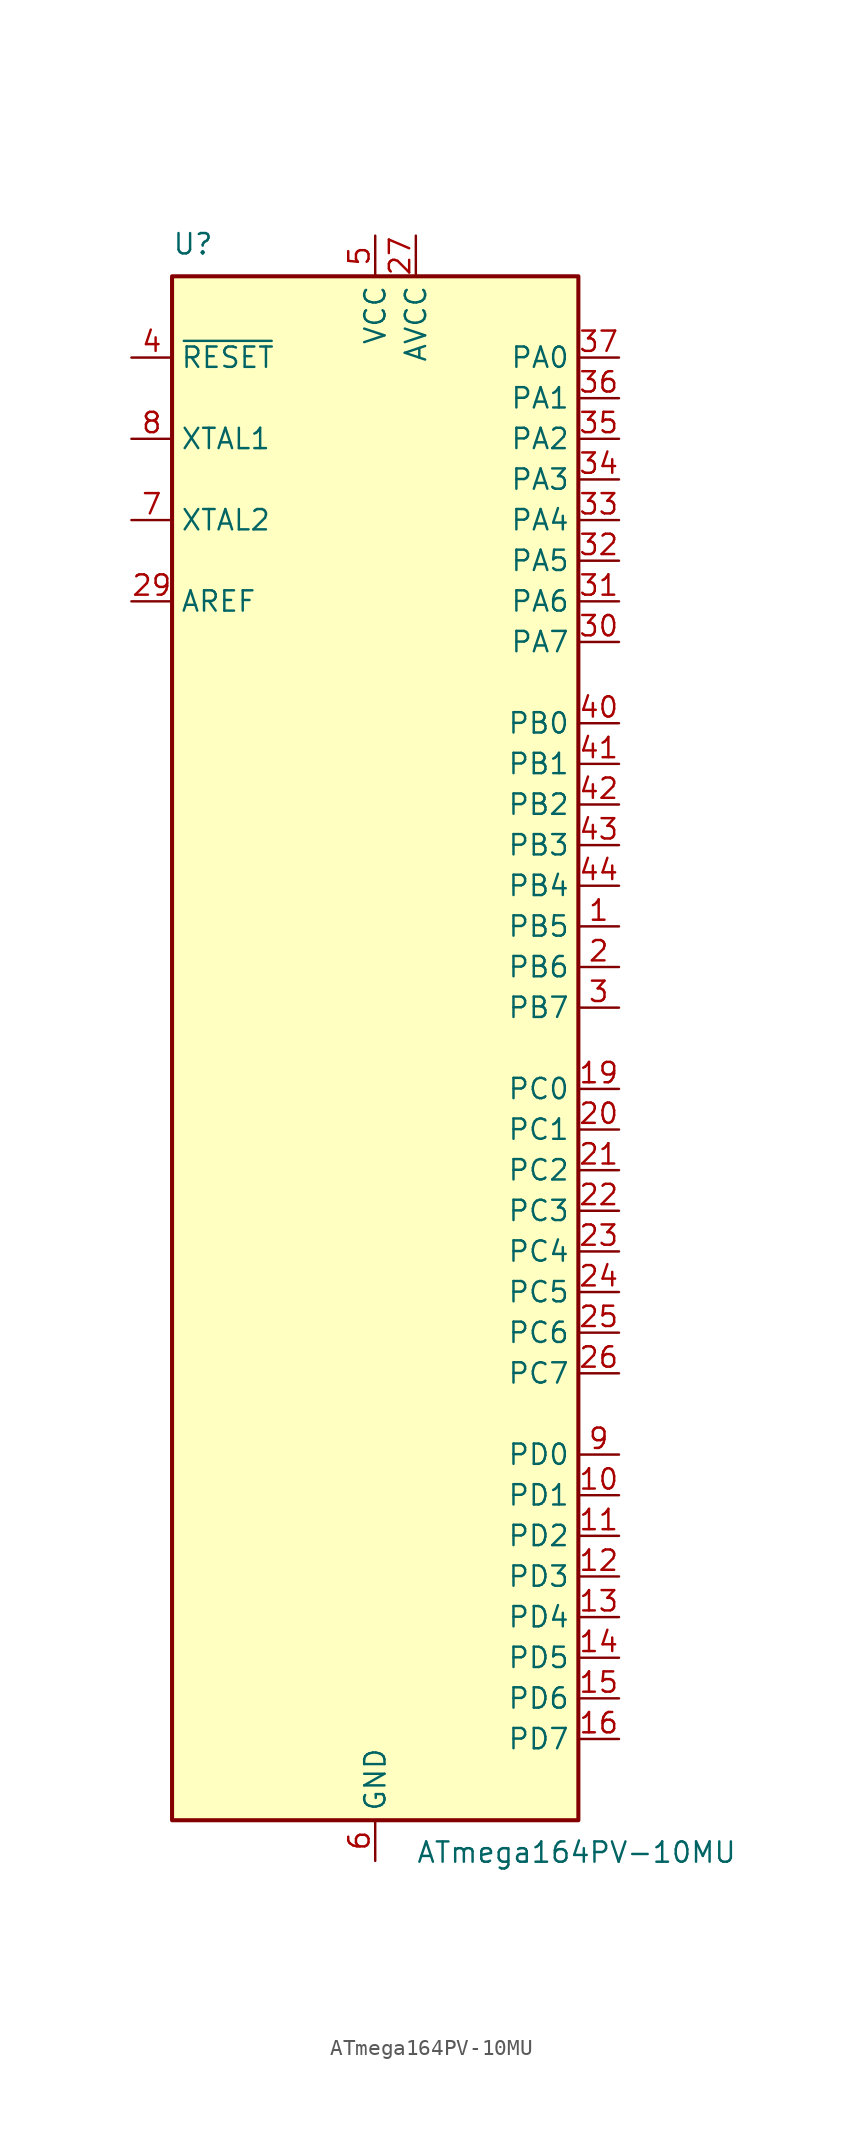
<source format=kicad_sym>
(kicad_symbol_lib
  (version 20201005)
  (generator kicad_symbol_editor)
  (symbol "ATmega164PV-10MU"
    (property "Reference" "U"
      (at -12.7 49.53 0)
      (effects (font (size 1.27 1.27)) (justify left bottom)))
    (property "Value" "ATmega164PV-10MU"
      (at 2.54 -49.53 0)
      (effects (font (size 1.27 1.27)) (justify left top)))
    (symbol "ATmega164PV-10MU_0_1"
      (rectangle (start -12.7 -48.26) (end 12.7 48.26) (stroke (width 0.254)) (fill (type background))))
    (symbol "ATmega164PV-10MU_1_1"
      (pin tri_state line (at 15.24 7.62 180) (length 2.54) (name "PB5" (effects (font (size 1.27 1.27)))) (number "1" (effects (font (size 1.27 1.27)))))
      (pin tri_state line (at 15.24 -27.94 180) (length 2.54) (name "PD1" (effects (font (size 1.27 1.27)))) (number "10" (effects (font (size 1.27 1.27)))))
      (pin tri_state line (at 15.24 -30.48 180) (length 2.54) (name "PD2" (effects (font (size 1.27 1.27)))) (number "11" (effects (font (size 1.27 1.27)))))
      (pin tri_state line (at 15.24 -33.02 180) (length 2.54) (name "PD3" (effects (font (size 1.27 1.27)))) (number "12" (effects (font (size 1.27 1.27)))))
      (pin tri_state line (at 15.24 -35.56 180) (length 2.54) (name "PD4" (effects (font (size 1.27 1.27)))) (number "13" (effects (font (size 1.27 1.27)))))
      (pin tri_state line (at 15.24 -38.1 180) (length 2.54) (name "PD5" (effects (font (size 1.27 1.27)))) (number "14" (effects (font (size 1.27 1.27)))))
      (pin tri_state line (at 15.24 -40.64 180) (length 2.54) (name "PD6" (effects (font (size 1.27 1.27)))) (number "15" (effects (font (size 1.27 1.27)))))
      (pin tri_state line (at 15.24 -43.18 180) (length 2.54) (name "PD7" (effects (font (size 1.27 1.27)))) (number "16" (effects (font (size 1.27 1.27)))))
      (pin passive line (at 0 50.8 270) (length 2.54) hide (name "VCC" (effects (font (size 1.27 1.27)))) (number "17" (effects (font (size 1.27 1.27)))))
      (pin passive line (at 0 -50.8 90) (length 2.54) hide (name "GND" (effects (font (size 1.27 1.27)))) (number "18" (effects (font (size 1.27 1.27)))))
      (pin tri_state line (at 15.24 -2.54 180) (length 2.54) (name "PC0" (effects (font (size 1.27 1.27)))) (number "19" (effects (font (size 1.27 1.27)))))
      (pin tri_state line (at 15.24 5.08 180) (length 2.54) (name "PB6" (effects (font (size 1.27 1.27)))) (number "2" (effects (font (size 1.27 1.27)))))
      (pin tri_state line (at 15.24 -5.08 180) (length 2.54) (name "PC1" (effects (font (size 1.27 1.27)))) (number "20" (effects (font (size 1.27 1.27)))))
      (pin tri_state line (at 15.24 -7.62 180) (length 2.54) (name "PC2" (effects (font (size 1.27 1.27)))) (number "21" (effects (font (size 1.27 1.27)))))
      (pin tri_state line (at 15.24 -10.16 180) (length 2.54) (name "PC3" (effects (font (size 1.27 1.27)))) (number "22" (effects (font (size 1.27 1.27)))))
      (pin tri_state line (at 15.24 -12.7 180) (length 2.54) (name "PC4" (effects (font (size 1.27 1.27)))) (number "23" (effects (font (size 1.27 1.27)))))
      (pin tri_state line (at 15.24 -15.24 180) (length 2.54) (name "PC5" (effects (font (size 1.27 1.27)))) (number "24" (effects (font (size 1.27 1.27)))))
      (pin tri_state line (at 15.24 -17.78 180) (length 2.54) (name "PC6" (effects (font (size 1.27 1.27)))) (number "25" (effects (font (size 1.27 1.27)))))
      (pin tri_state line (at 15.24 -20.32 180) (length 2.54) (name "PC7" (effects (font (size 1.27 1.27)))) (number "26" (effects (font (size 1.27 1.27)))))
      (pin power_in line (at 2.54 50.8 270) (length 2.54) (name "AVCC" (effects (font (size 1.27 1.27)))) (number "27" (effects (font (size 1.27 1.27)))))
      (pin passive line (at 0 -50.8 90) (length 2.54) hide (name "GND" (effects (font (size 1.27 1.27)))) (number "28" (effects (font (size 1.27 1.27)))))
      (pin passive line (at -15.24 27.94 0) (length 2.54) (name "AREF" (effects (font (size 1.27 1.27)))) (number "29" (effects (font (size 1.27 1.27)))))
      (pin tri_state line (at 15.24 2.54 180) (length 2.54) (name "PB7" (effects (font (size 1.27 1.27)))) (number "3" (effects (font (size 1.27 1.27)))))
      (pin tri_state line (at 15.24 25.4 180) (length 2.54) (name "PA7" (effects (font (size 1.27 1.27)))) (number "30" (effects (font (size 1.27 1.27)))))
      (pin tri_state line (at 15.24 27.94 180) (length 2.54) (name "PA6" (effects (font (size 1.27 1.27)))) (number "31" (effects (font (size 1.27 1.27)))))
      (pin tri_state line (at 15.24 30.48 180) (length 2.54) (name "PA5" (effects (font (size 1.27 1.27)))) (number "32" (effects (font (size 1.27 1.27)))))
      (pin tri_state line (at 15.24 33.02 180) (length 2.54) (name "PA4" (effects (font (size 1.27 1.27)))) (number "33" (effects (font (size 1.27 1.27)))))
      (pin tri_state line (at 15.24 35.56 180) (length 2.54) (name "PA3" (effects (font (size 1.27 1.27)))) (number "34" (effects (font (size 1.27 1.27)))))
      (pin tri_state line (at 15.24 38.1 180) (length 2.54) (name "PA2" (effects (font (size 1.27 1.27)))) (number "35" (effects (font (size 1.27 1.27)))))
      (pin tri_state line (at 15.24 40.64 180) (length 2.54) (name "PA1" (effects (font (size 1.27 1.27)))) (number "36" (effects (font (size 1.27 1.27)))))
      (pin tri_state line (at 15.24 43.18 180) (length 2.54) (name "PA0" (effects (font (size 1.27 1.27)))) (number "37" (effects (font (size 1.27 1.27)))))
      (pin passive line (at 0 50.8 270) (length 2.54) hide (name "VCC" (effects (font (size 1.27 1.27)))) (number "38" (effects (font (size 1.27 1.27)))))
      (pin passive line (at 0 -50.8 90) (length 2.54) hide (name "GND" (effects (font (size 1.27 1.27)))) (number "39" (effects (font (size 1.27 1.27)))))
      (pin input line (at -15.24 43.18 0) (length 2.54) (name "~RESET" (effects (font (size 1.27 1.27)))) (number "4" (effects (font (size 1.27 1.27)))))
      (pin tri_state line (at 15.24 20.32 180) (length 2.54) (name "PB0" (effects (font (size 1.27 1.27)))) (number "40" (effects (font (size 1.27 1.27)))))
      (pin tri_state line (at 15.24 17.78 180) (length 2.54) (name "PB1" (effects (font (size 1.27 1.27)))) (number "41" (effects (font (size 1.27 1.27)))))
      (pin tri_state line (at 15.24 15.24 180) (length 2.54) (name "PB2" (effects (font (size 1.27 1.27)))) (number "42" (effects (font (size 1.27 1.27)))))
      (pin tri_state line (at 15.24 12.7 180) (length 2.54) (name "PB3" (effects (font (size 1.27 1.27)))) (number "43" (effects (font (size 1.27 1.27)))))
      (pin tri_state line (at 15.24 10.16 180) (length 2.54) (name "PB4" (effects (font (size 1.27 1.27)))) (number "44" (effects (font (size 1.27 1.27)))))
      (pin passive line (at 0 -50.8 90) (length 2.54) hide (name "GND" (effects (font (size 1.27 1.27)))) (number "45" (effects (font (size 1.27 1.27)))))
      (pin power_in line (at 0 50.8 270) (length 2.54) (name "VCC" (effects (font (size 1.27 1.27)))) (number "5" (effects (font (size 1.27 1.27)))))
      (pin power_in line (at 0 -50.8 90) (length 2.54) (name "GND" (effects (font (size 1.27 1.27)))) (number "6" (effects (font (size 1.27 1.27)))))
      (pin output line (at -15.24 33.02 0) (length 2.54) (name "XTAL2" (effects (font (size 1.27 1.27)))) (number "7" (effects (font (size 1.27 1.27)))))
      (pin input line (at -15.24 38.1 0) (length 2.54) (name "XTAL1" (effects (font (size 1.27 1.27)))) (number "8" (effects (font (size 1.27 1.27)))))
      (pin tri_state line (at 15.24 -25.4 180) (length 2.54) (name "PD0" (effects (font (size 1.27 1.27)))) (number "9" (effects (font (size 1.27 1.27))))))))
</source>
